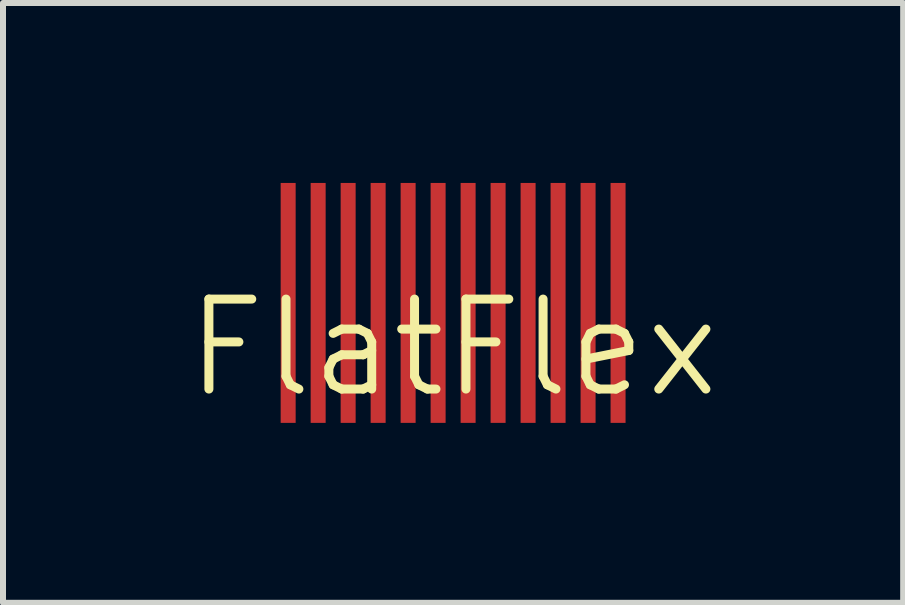
<source format=kicad_pcb>
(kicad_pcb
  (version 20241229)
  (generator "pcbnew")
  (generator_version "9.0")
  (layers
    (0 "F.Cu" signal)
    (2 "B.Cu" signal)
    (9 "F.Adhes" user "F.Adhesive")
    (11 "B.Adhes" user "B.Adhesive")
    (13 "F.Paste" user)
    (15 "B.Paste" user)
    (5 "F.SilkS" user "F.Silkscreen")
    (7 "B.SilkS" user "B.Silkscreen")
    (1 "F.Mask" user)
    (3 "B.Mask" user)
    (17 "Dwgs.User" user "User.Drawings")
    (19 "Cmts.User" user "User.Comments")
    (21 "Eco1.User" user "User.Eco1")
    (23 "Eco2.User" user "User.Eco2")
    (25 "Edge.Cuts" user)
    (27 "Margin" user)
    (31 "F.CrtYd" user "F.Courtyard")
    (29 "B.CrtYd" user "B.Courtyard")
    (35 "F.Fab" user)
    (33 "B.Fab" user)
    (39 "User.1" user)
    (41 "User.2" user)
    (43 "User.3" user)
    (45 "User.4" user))
  (footprint "FlatFlex"
    (layer "F.Cu")
    (at 4.504 2)
    (property "Reference" "FlatFlex" (at 0 0.75 0) (layer "F.SilkS") (effects (font (size 1.5 1.5) (thickness 0.15))))
    (attr through_hole)
    (pad "1" smd rect (at -2.75 0) (size 0.25 4) (layers "F.Cu" "F.Mask" "F.Paste"))
    (pad "2" smd rect (at -2.25 0) (size 0.25 4) (layers "F.Cu" "F.Mask" "F.Paste"))
    (pad "3" smd rect (at -1.75 0) (size 0.25 4) (layers "F.Cu" "F.Mask" "F.Paste"))
    (pad "4" smd rect (at -1.25 0) (size 0.25 4) (layers "F.Cu" "F.Mask" "F.Paste"))
    (pad "5" smd rect (at -0.75 0) (size 0.25 4) (layers "F.Cu" "F.Mask" "F.Paste"))
    (pad "6" smd rect (at -0.25 0) (size 0.25 4) (layers "F.Cu" "F.Mask" "F.Paste"))
    (pad "7" smd rect (at 0.25 0) (size 0.25 4) (layers "F.Cu" "F.Mask" "F.Paste"))
    (pad "8" smd rect (at 0.75 0) (size 0.25 4) (layers "F.Cu" "F.Mask" "F.Paste"))
    (pad "9" smd rect (at 1.25 0) (size 0.25 4) (layers "F.Cu" "F.Mask" "F.Paste"))
    (pad "10" smd rect (at 1.75 0) (size 0.25 4) (layers "F.Cu" "F.Mask" "F.Paste"))
    (pad "11" smd rect (at 2.25 0) (size 0.25 4) (layers "F.Cu" "F.Mask" "F.Paste"))
    (pad "12" smd rect (at 2.75 0) (size 0.25 4) (layers "F.Cu" "F.Mask" "F.Paste")))
  (gr_rect
    (start -3 -3)
    (end 12.007 7)
    (stroke (width 0.1) (type default))
    (fill no)
    (layer "Edge.Cuts")))
</source>
